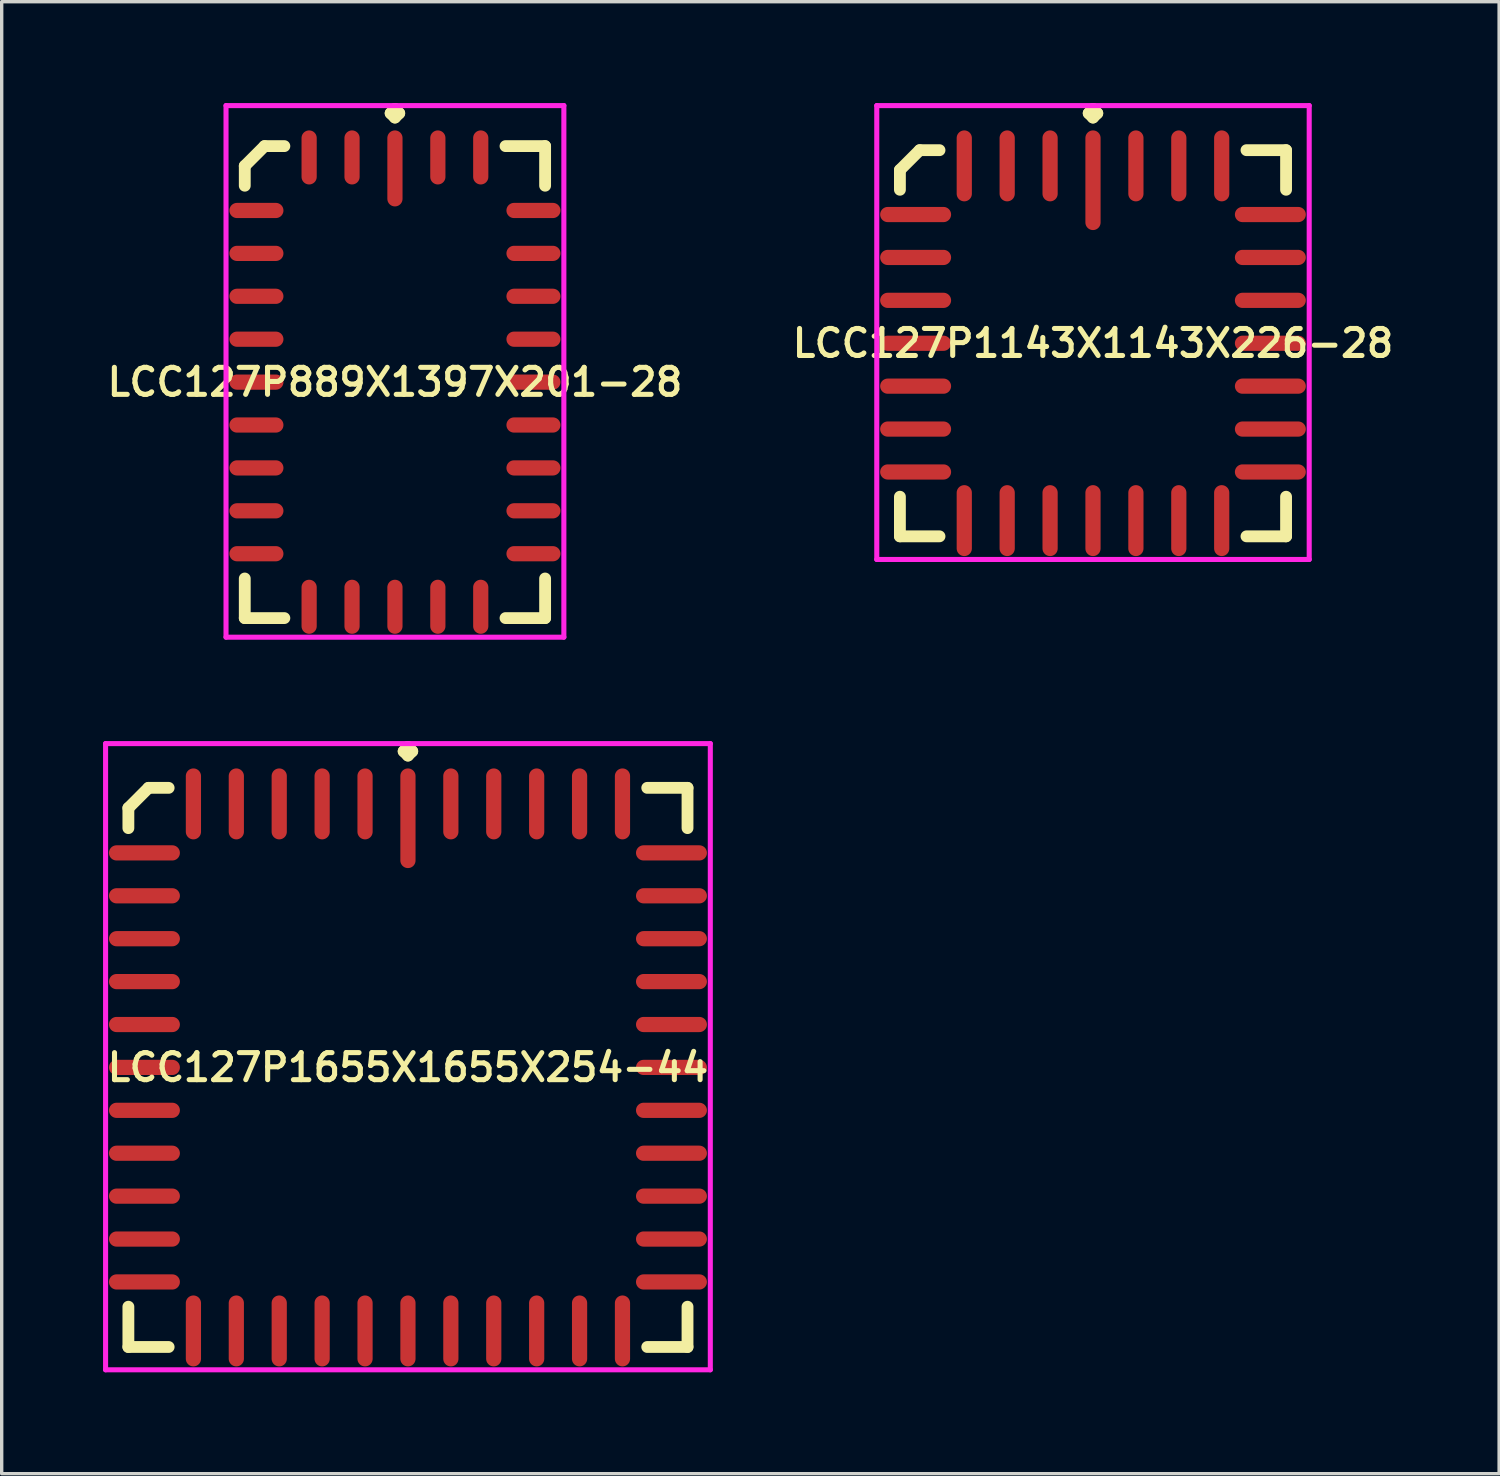
<source format=kicad_pcb>
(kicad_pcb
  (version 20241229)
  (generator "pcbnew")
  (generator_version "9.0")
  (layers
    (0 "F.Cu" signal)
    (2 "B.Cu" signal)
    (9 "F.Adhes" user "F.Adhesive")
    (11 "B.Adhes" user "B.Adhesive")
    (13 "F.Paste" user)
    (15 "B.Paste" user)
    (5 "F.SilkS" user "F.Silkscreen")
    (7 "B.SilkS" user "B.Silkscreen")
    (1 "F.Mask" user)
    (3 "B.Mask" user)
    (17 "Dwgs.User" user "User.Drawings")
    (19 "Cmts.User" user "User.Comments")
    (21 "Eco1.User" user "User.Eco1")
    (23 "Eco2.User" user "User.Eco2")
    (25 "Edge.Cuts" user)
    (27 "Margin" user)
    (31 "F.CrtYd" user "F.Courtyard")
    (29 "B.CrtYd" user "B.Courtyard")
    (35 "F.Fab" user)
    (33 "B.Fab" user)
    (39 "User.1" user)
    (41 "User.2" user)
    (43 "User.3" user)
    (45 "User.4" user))
  (footprint "LCC127P889X1397X201-28"
    (layer "F.Cu")
    (at 8.64 8.26)
    (property "Reference" "LCC127P889X1397X201-28" (at 0 0 0) (layer "F.SilkS") (effects (font (size 0.8 0.8) (thickness 0.15))))
    (attr through_hole)
    (fp_line (start -4.445 -6.399) (end -3.859 -6.985) (stroke (width 0.35) (type solid)) (layer "F.SilkS"))
    (fp_line (start -4.445 -5.813) (end -4.445 -6.399) (stroke (width 0.35) (type solid)) (layer "F.SilkS"))
    (fp_line (start -4.445 5.813) (end -4.445 6.985) (stroke (width 0.35) (type solid)) (layer "F.SilkS"))
    (fp_line (start -4.445 6.985) (end -3.273 6.985) (stroke (width 0.35) (type solid)) (layer "F.SilkS"))
    (fp_line (start -3.859 -6.985) (end -3.273 -6.985) (stroke (width 0.35) (type solid)) (layer "F.SilkS"))
    (fp_line (start -0.127 -7.958) (end 0 -8.085) (stroke (width 0.35) (type solid)) (layer "F.SilkS"))
    (fp_line (start 0 -8.085) (end 0.127 -7.958) (stroke (width 0.35) (type solid)) (layer "F.SilkS"))
    (fp_line (start 0 -7.831) (end -0.127 -7.958) (stroke (width 0.35) (type solid)) (layer "F.SilkS"))
    (fp_line (start 0.127 -7.958) (end 0 -7.831) (stroke (width 0.35) (type solid)) (layer "F.SilkS"))
    (fp_line (start 4.445 -6.985) (end 3.273 -6.985) (stroke (width 0.35) (type solid)) (layer "F.SilkS"))
    (fp_line (start 4.445 -5.813) (end 4.445 -6.985) (stroke (width 0.35) (type solid)) (layer "F.SilkS"))
    (fp_line (start 4.445 5.813) (end 4.445 6.985) (stroke (width 0.35) (type solid)) (layer "F.SilkS"))
    (fp_line (start 4.445 6.985) (end 3.273 6.985) (stroke (width 0.35) (type solid)) (layer "F.SilkS"))
    (fp_line (start -5 -8.185) (end 5 -8.185) (stroke (width 0.15) (type solid)) (layer "F.CrtYd"))
    (fp_line (start -5 7.55) (end -5 -8.185) (stroke (width 0.15) (type solid)) (layer "F.CrtYd"))
    (fp_line (start 5 -8.185) (end 5 7.55) (stroke (width 0.15) (type solid)) (layer "F.CrtYd"))
    (fp_line (start 5 7.55) (end -5 7.55) (stroke (width 0.15) (type solid)) (layer "F.CrtYd"))
    (pad "1" smd oval (at 0 -6.325) (size 0.45 2.25) (layers "F.Cu" "F.Mask" "F.Paste"))
    (pad "2" smd oval (at -1.27 -6.65) (size 0.45 1.6) (layers "F.Cu" "F.Mask" "F.Paste"))
    (pad "3" smd oval (at -2.54 -6.65) (size 0.45 1.6) (layers "F.Cu" "F.Mask" "F.Paste"))
    (pad "4" smd oval (at -4.1 -5.08) (size 1.6 0.45) (layers "F.Cu" "F.Mask" "F.Paste"))
    (pad "5" smd oval (at -4.1 -3.81) (size 1.6 0.45) (layers "F.Cu" "F.Mask" "F.Paste"))
    (pad "6" smd oval (at -4.1 -2.54) (size 1.6 0.45) (layers "F.Cu" "F.Mask" "F.Paste"))
    (pad "7" smd oval (at -4.1 -1.27) (size 1.6 0.45) (layers "F.Cu" "F.Mask" "F.Paste"))
    (pad "8" smd oval (at -4.1 0) (size 1.6 0.45) (layers "F.Cu" "F.Mask" "F.Paste"))
    (pad "9" smd oval (at -4.1 1.27) (size 1.6 0.45) (layers "F.Cu" "F.Mask" "F.Paste"))
    (pad "10" smd oval (at -4.1 2.54) (size 1.6 0.45) (layers "F.Cu" "F.Mask" "F.Paste"))
    (pad "11" smd oval (at -4.1 3.81) (size 1.6 0.45) (layers "F.Cu" "F.Mask" "F.Paste"))
    (pad "12" smd oval (at -4.1 5.08) (size 1.6 0.45) (layers "F.Cu" "F.Mask" "F.Paste"))
    (pad "13" smd oval (at -2.54 6.65) (size 0.45 1.6) (layers "F.Cu" "F.Mask" "F.Paste"))
    (pad "14" smd oval (at -1.27 6.65) (size 0.45 1.6) (layers "F.Cu" "F.Mask" "F.Paste"))
    (pad "15" smd oval (at 0 6.65) (size 0.45 1.6) (layers "F.Cu" "F.Mask" "F.Paste"))
    (pad "16" smd oval (at 1.27 6.65) (size 0.45 1.6) (layers "F.Cu" "F.Mask" "F.Paste"))
    (pad "17" smd oval (at 2.54 6.65) (size 0.45 1.6) (layers "F.Cu" "F.Mask" "F.Paste"))
    (pad "18" smd oval (at 4.1 5.08) (size 1.6 0.45) (layers "F.Cu" "F.Mask" "F.Paste"))
    (pad "19" smd oval (at 4.1 3.81) (size 1.6 0.45) (layers "F.Cu" "F.Mask" "F.Paste"))
    (pad "20" smd oval (at 4.1 2.54) (size 1.6 0.45) (layers "F.Cu" "F.Mask" "F.Paste"))
    (pad "21" smd oval (at 4.1 1.27) (size 1.6 0.45) (layers "F.Cu" "F.Mask" "F.Paste"))
    (pad "22" smd oval (at 4.1 0) (size 1.6 0.45) (layers "F.Cu" "F.Mask" "F.Paste"))
    (pad "23" smd oval (at 4.1 -1.27) (size 1.6 0.45) (layers "F.Cu" "F.Mask" "F.Paste"))
    (pad "24" smd oval (at 4.1 -2.54) (size 1.6 0.45) (layers "F.Cu" "F.Mask" "F.Paste"))
    (pad "25" smd oval (at 4.1 -3.81) (size 1.6 0.45) (layers "F.Cu" "F.Mask" "F.Paste"))
    (pad "26" smd oval (at 4.1 -5.08) (size 1.6 0.45) (layers "F.Cu" "F.Mask" "F.Paste"))
    (pad "27" smd oval (at 2.54 -6.65) (size 0.45 1.6) (layers "F.Cu" "F.Mask" "F.Paste"))
    (pad "28" smd oval (at 1.27 -6.65) (size 0.45 1.6) (layers "F.Cu" "F.Mask" "F.Paste")))
  (footprint "LCC127P1655X1655X254-44"
    (layer "F.Cu")
    (at 9.025 28.545)
    (property "Reference" "LCC127P1655X1655X254-44" (at 0 0 0) (layer "F.SilkS") (effects (font (size 0.8 0.8) (thickness 0.15))))
    (attr smd)
    (fp_line (start -8.275 -7.679) (end -7.679 -8.275) (stroke (width 0.35) (type solid)) (layer "F.SilkS"))
    (fp_line (start -8.275 -7.083) (end -8.275 -7.679) (stroke (width 0.35) (type solid)) (layer "F.SilkS"))
    (fp_line (start -8.275 7.083) (end -8.275 8.275) (stroke (width 0.35) (type solid)) (layer "F.SilkS"))
    (fp_line (start -8.275 8.275) (end -7.083 8.275) (stroke (width 0.35) (type solid)) (layer "F.SilkS"))
    (fp_line (start -7.679 -8.275) (end -7.083 -8.275) (stroke (width 0.35) (type solid)) (layer "F.SilkS"))
    (fp_line (start -0.127 -9.358) (end 0 -9.485) (stroke (width 0.35) (type solid)) (layer "F.SilkS"))
    (fp_line (start 0 -9.485) (end 0.127 -9.358) (stroke (width 0.35) (type solid)) (layer "F.SilkS"))
    (fp_line (start 0 -9.231) (end -0.127 -9.358) (stroke (width 0.35) (type solid)) (layer "F.SilkS"))
    (fp_line (start 0.127 -9.358) (end 0 -9.231) (stroke (width 0.35) (type solid)) (layer "F.SilkS"))
    (fp_line (start 8.275 -8.275) (end 7.083 -8.275) (stroke (width 0.35) (type solid)) (layer "F.SilkS"))
    (fp_line (start 8.275 -7.083) (end 8.275 -8.275) (stroke (width 0.35) (type solid)) (layer "F.SilkS"))
    (fp_line (start 8.275 7.083) (end 8.275 8.275) (stroke (width 0.35) (type solid)) (layer "F.SilkS"))
    (fp_line (start 8.275 8.275) (end 7.083 8.275) (stroke (width 0.35) (type solid)) (layer "F.SilkS"))
    (fp_line (start -8.95 -9.585) (end 8.95 -9.585) (stroke (width 0.15) (type solid)) (layer "F.CrtYd"))
    (fp_line (start -8.95 8.95) (end -8.95 -9.585) (stroke (width 0.15) (type solid)) (layer "F.CrtYd"))
    (fp_line (start 8.95 -9.585) (end 8.95 8.95) (stroke (width 0.15) (type solid)) (layer "F.CrtYd"))
    (fp_line (start 8.95 8.95) (end -8.95 8.95) (stroke (width 0.15) (type solid)) (layer "F.CrtYd"))
    (pad "1" smd oval (at 0 -7.375) (size 0.45 2.95) (layers "F.Cu" "F.Mask" "F.Paste"))
    (pad "2" smd oval (at -1.27 -7.8) (size 0.45 2.1) (layers "F.Cu" "F.Mask" "F.Paste"))
    (pad "3" smd oval (at -2.54 -7.8) (size 0.45 2.1) (layers "F.Cu" "F.Mask" "F.Paste"))
    (pad "4" smd oval (at -3.81 -7.8) (size 0.45 2.1) (layers "F.Cu" "F.Mask" "F.Paste"))
    (pad "5" smd oval (at -5.08 -7.8) (size 0.45 2.1) (layers "F.Cu" "F.Mask" "F.Paste"))
    (pad "6" smd oval (at -6.35 -7.8) (size 0.45 2.1) (layers "F.Cu" "F.Mask" "F.Paste"))
    (pad "7" smd oval (at -7.8 -6.35) (size 2.1 0.45) (layers "F.Cu" "F.Mask" "F.Paste"))
    (pad "8" smd oval (at -7.8 -5.08) (size 2.1 0.45) (layers "F.Cu" "F.Mask" "F.Paste"))
    (pad "9" smd oval (at -7.8 -3.81) (size 2.1 0.45) (layers "F.Cu" "F.Mask" "F.Paste"))
    (pad "10" smd oval (at -7.8 -2.54) (size 2.1 0.45) (layers "F.Cu" "F.Mask" "F.Paste"))
    (pad "11" smd oval (at -7.8 -1.27) (size 2.1 0.45) (layers "F.Cu" "F.Mask" "F.Paste"))
    (pad "12" smd oval (at -7.8 0) (size 2.1 0.45) (layers "F.Cu" "F.Mask" "F.Paste"))
    (pad "13" smd oval (at -7.8 1.27) (size 2.1 0.45) (layers "F.Cu" "F.Mask" "F.Paste"))
    (pad "14" smd oval (at -7.8 2.54) (size 2.1 0.45) (layers "F.Cu" "F.Mask" "F.Paste"))
    (pad "15" smd oval (at -7.8 3.81) (size 2.1 0.45) (layers "F.Cu" "F.Mask" "F.Paste"))
    (pad "16" smd oval (at -7.8 5.08) (size 2.1 0.45) (layers "F.Cu" "F.Mask" "F.Paste"))
    (pad "17" smd oval (at -7.8 6.35) (size 2.1 0.45) (layers "F.Cu" "F.Mask" "F.Paste"))
    (pad "18" smd oval (at -6.35 7.8) (size 0.45 2.1) (layers "F.Cu" "F.Mask" "F.Paste"))
    (pad "19" smd oval (at -5.08 7.8) (size 0.45 2.1) (layers "F.Cu" "F.Mask" "F.Paste"))
    (pad "20" smd oval (at -3.81 7.8) (size 0.45 2.1) (layers "F.Cu" "F.Mask" "F.Paste"))
    (pad "21" smd oval (at -2.54 7.8) (size 0.45 2.1) (layers "F.Cu" "F.Mask" "F.Paste"))
    (pad "22" smd oval (at -1.27 7.8) (size 0.45 2.1) (layers "F.Cu" "F.Mask" "F.Paste"))
    (pad "23" smd oval (at 0 7.8) (size 0.45 2.1) (layers "F.Cu" "F.Mask" "F.Paste"))
    (pad "24" smd oval (at 1.27 7.8) (size 0.45 2.1) (layers "F.Cu" "F.Mask" "F.Paste"))
    (pad "25" smd oval (at 2.54 7.8) (size 0.45 2.1) (layers "F.Cu" "F.Mask" "F.Paste"))
    (pad "26" smd oval (at 3.81 7.8) (size 0.45 2.1) (layers "F.Cu" "F.Mask" "F.Paste"))
    (pad "27" smd oval (at 5.08 7.8) (size 0.45 2.1) (layers "F.Cu" "F.Mask" "F.Paste"))
    (pad "28" smd oval (at 6.35 7.8) (size 0.45 2.1) (layers "F.Cu" "F.Mask" "F.Paste"))
    (pad "29" smd oval (at 7.8 6.35) (size 2.1 0.45) (layers "F.Cu" "F.Mask" "F.Paste"))
    (pad "30" smd oval (at 7.8 5.08) (size 2.1 0.45) (layers "F.Cu" "F.Mask" "F.Paste"))
    (pad "31" smd oval (at 7.8 3.81) (size 2.1 0.45) (layers "F.Cu" "F.Mask" "F.Paste"))
    (pad "32" smd oval (at 7.8 2.54) (size 2.1 0.45) (layers "F.Cu" "F.Mask" "F.Paste"))
    (pad "33" smd oval (at 7.8 1.27) (size 2.1 0.45) (layers "F.Cu" "F.Mask" "F.Paste"))
    (pad "34" smd oval (at 7.8 0) (size 2.1 0.45) (layers "F.Cu" "F.Mask" "F.Paste"))
    (pad "35" smd oval (at 7.8 -1.27) (size 2.1 0.45) (layers "F.Cu" "F.Mask" "F.Paste"))
    (pad "36" smd oval (at 7.8 -2.54) (size 2.1 0.45) (layers "F.Cu" "F.Mask" "F.Paste"))
    (pad "37" smd oval (at 7.8 -3.81) (size 2.1 0.45) (layers "F.Cu" "F.Mask" "F.Paste"))
    (pad "38" smd oval (at 7.8 -5.08) (size 2.1 0.45) (layers "F.Cu" "F.Mask" "F.Paste"))
    (pad "39" smd oval (at 7.8 -6.35) (size 2.1 0.45) (layers "F.Cu" "F.Mask" "F.Paste"))
    (pad "40" smd oval (at 6.35 -7.8) (size 0.45 2.1) (layers "F.Cu" "F.Mask" "F.Paste"))
    (pad "41" smd oval (at 5.08 -7.8) (size 0.45 2.1) (layers "F.Cu" "F.Mask" "F.Paste"))
    (pad "42" smd oval (at 3.81 -7.8) (size 0.45 2.1) (layers "F.Cu" "F.Mask" "F.Paste"))
    (pad "43" smd oval (at 2.54 -7.8) (size 0.45 2.1) (layers "F.Cu" "F.Mask" "F.Paste"))
    (pad "44" smd oval (at 1.27 -7.8) (size 0.45 2.1) (layers "F.Cu" "F.Mask" "F.Paste")))
  (footprint "LCC127P1143X1143X226-28"
    (layer "F.Cu")
    (at 29.302 7.11)
    (property "Reference" "LCC127P1143X1143X226-28" (at 0 0 0) (layer "F.SilkS") (effects (font (size 0.8 0.8) (thickness 0.15))))
    (attr through_hole)
    (fp_line (start -5.715 -5.129) (end -5.129 -5.715) (stroke (width 0.35) (type solid)) (layer "F.SilkS"))
    (fp_line (start -5.715 -4.543) (end -5.715 -5.129) (stroke (width 0.35) (type solid)) (layer "F.SilkS"))
    (fp_line (start -5.715 4.543) (end -5.715 5.715) (stroke (width 0.35) (type solid)) (layer "F.SilkS"))
    (fp_line (start -5.715 5.715) (end -4.543 5.715) (stroke (width 0.35) (type solid)) (layer "F.SilkS"))
    (fp_line (start -5.129 -5.715) (end -4.543 -5.715) (stroke (width 0.35) (type solid)) (layer "F.SilkS"))
    (fp_line (start -0.127 -6.808) (end 0 -6.935) (stroke (width 0.35) (type solid)) (layer "F.SilkS"))
    (fp_line (start 0 -6.935) (end 0.127 -6.808) (stroke (width 0.35) (type solid)) (layer "F.SilkS"))
    (fp_line (start 0 -6.681) (end -0.127 -6.808) (stroke (width 0.35) (type solid)) (layer "F.SilkS"))
    (fp_line (start 0.127 -6.808) (end 0 -6.681) (stroke (width 0.35) (type solid)) (layer "F.SilkS"))
    (fp_line (start 5.715 -5.715) (end 4.543 -5.715) (stroke (width 0.35) (type solid)) (layer "F.SilkS"))
    (fp_line (start 5.715 -4.543) (end 5.715 -5.715) (stroke (width 0.35) (type solid)) (layer "F.SilkS"))
    (fp_line (start 5.715 4.543) (end 5.715 5.715) (stroke (width 0.35) (type solid)) (layer "F.SilkS"))
    (fp_line (start 5.715 5.715) (end 4.543 5.715) (stroke (width 0.35) (type solid)) (layer "F.SilkS"))
    (fp_line (start -6.4 -7.035) (end 6.4 -7.035) (stroke (width 0.15) (type solid)) (layer "F.CrtYd"))
    (fp_line (start -6.4 6.4) (end -6.4 -7.035) (stroke (width 0.15) (type solid)) (layer "F.CrtYd"))
    (fp_line (start 6.4 -7.035) (end 6.4 6.4) (stroke (width 0.15) (type solid)) (layer "F.CrtYd"))
    (fp_line (start 6.4 6.4) (end -6.4 6.4) (stroke (width 0.15) (type solid)) (layer "F.CrtYd"))
    (pad "1" smd oval (at 0 -4.825) (size 0.45 2.95) (layers "F.Cu" "F.Mask" "F.Paste"))
    (pad "2" smd oval (at -1.27 -5.25) (size 0.45 2.1) (layers "F.Cu" "F.Mask" "F.Paste"))
    (pad "3" smd oval (at -2.54 -5.25) (size 0.45 2.1) (layers "F.Cu" "F.Mask" "F.Paste"))
    (pad "4" smd oval (at -3.81 -5.25) (size 0.45 2.1) (layers "F.Cu" "F.Mask" "F.Paste"))
    (pad "5" smd oval (at -5.25 -3.81) (size 2.1 0.45) (layers "F.Cu" "F.Mask" "F.Paste"))
    (pad "6" smd oval (at -5.25 -2.54) (size 2.1 0.45) (layers "F.Cu" "F.Mask" "F.Paste"))
    (pad "7" smd oval (at -5.25 -1.27) (size 2.1 0.45) (layers "F.Cu" "F.Mask" "F.Paste"))
    (pad "8" smd oval (at -5.25 0) (size 2.1 0.45) (layers "F.Cu" "F.Mask" "F.Paste"))
    (pad "9" smd oval (at -5.25 1.27) (size 2.1 0.45) (layers "F.Cu" "F.Mask" "F.Paste"))
    (pad "10" smd oval (at -5.25 2.54) (size 2.1 0.45) (layers "F.Cu" "F.Mask" "F.Paste"))
    (pad "11" smd oval (at -5.25 3.81) (size 2.1 0.45) (layers "F.Cu" "F.Mask" "F.Paste"))
    (pad "12" smd oval (at -3.81 5.25) (size 0.45 2.1) (layers "F.Cu" "F.Mask" "F.Paste"))
    (pad "13" smd oval (at -2.54 5.25) (size 0.45 2.1) (layers "F.Cu" "F.Mask" "F.Paste"))
    (pad "14" smd oval (at -1.27 5.25) (size 0.45 2.1) (layers "F.Cu" "F.Mask" "F.Paste"))
    (pad "15" smd oval (at 0 5.25) (size 0.45 2.1) (layers "F.Cu" "F.Mask" "F.Paste"))
    (pad "16" smd oval (at 1.27 5.25) (size 0.45 2.1) (layers "F.Cu" "F.Mask" "F.Paste"))
    (pad "17" smd oval (at 2.54 5.25) (size 0.45 2.1) (layers "F.Cu" "F.Mask" "F.Paste"))
    (pad "18" smd oval (at 3.81 5.25) (size 0.45 2.1) (layers "F.Cu" "F.Mask" "F.Paste"))
    (pad "19" smd oval (at 5.25 3.81) (size 2.1 0.45) (layers "F.Cu" "F.Mask" "F.Paste"))
    (pad "20" smd oval (at 5.25 2.54) (size 2.1 0.45) (layers "F.Cu" "F.Mask" "F.Paste"))
    (pad "21" smd oval (at 5.25 1.27) (size 2.1 0.45) (layers "F.Cu" "F.Mask" "F.Paste"))
    (pad "22" smd oval (at 5.25 0) (size 2.1 0.45) (layers "F.Cu" "F.Mask" "F.Paste"))
    (pad "23" smd oval (at 5.25 -1.27) (size 2.1 0.45) (layers "F.Cu" "F.Mask" "F.Paste"))
    (pad "24" smd oval (at 5.25 -2.54) (size 2.1 0.45) (layers "F.Cu" "F.Mask" "F.Paste"))
    (pad "25" smd oval (at 5.25 -3.81) (size 2.1 0.45) (layers "F.Cu" "F.Mask" "F.Paste"))
    (pad "26" smd oval (at 3.81 -5.25) (size 0.45 2.1) (layers "F.Cu" "F.Mask" "F.Paste"))
    (pad "27" smd oval (at 2.54 -5.25) (size 0.45 2.1) (layers "F.Cu" "F.Mask" "F.Paste"))
    (pad "28" smd oval (at 1.27 -5.25) (size 0.45 2.1) (layers "F.Cu" "F.Mask" "F.Paste")))
  (gr_rect
    (start -3 -3)
    (end 41.323 40.57)
    (stroke (width 0.1) (type default))
    (fill no)
    (layer "Edge.Cuts")))
</source>
